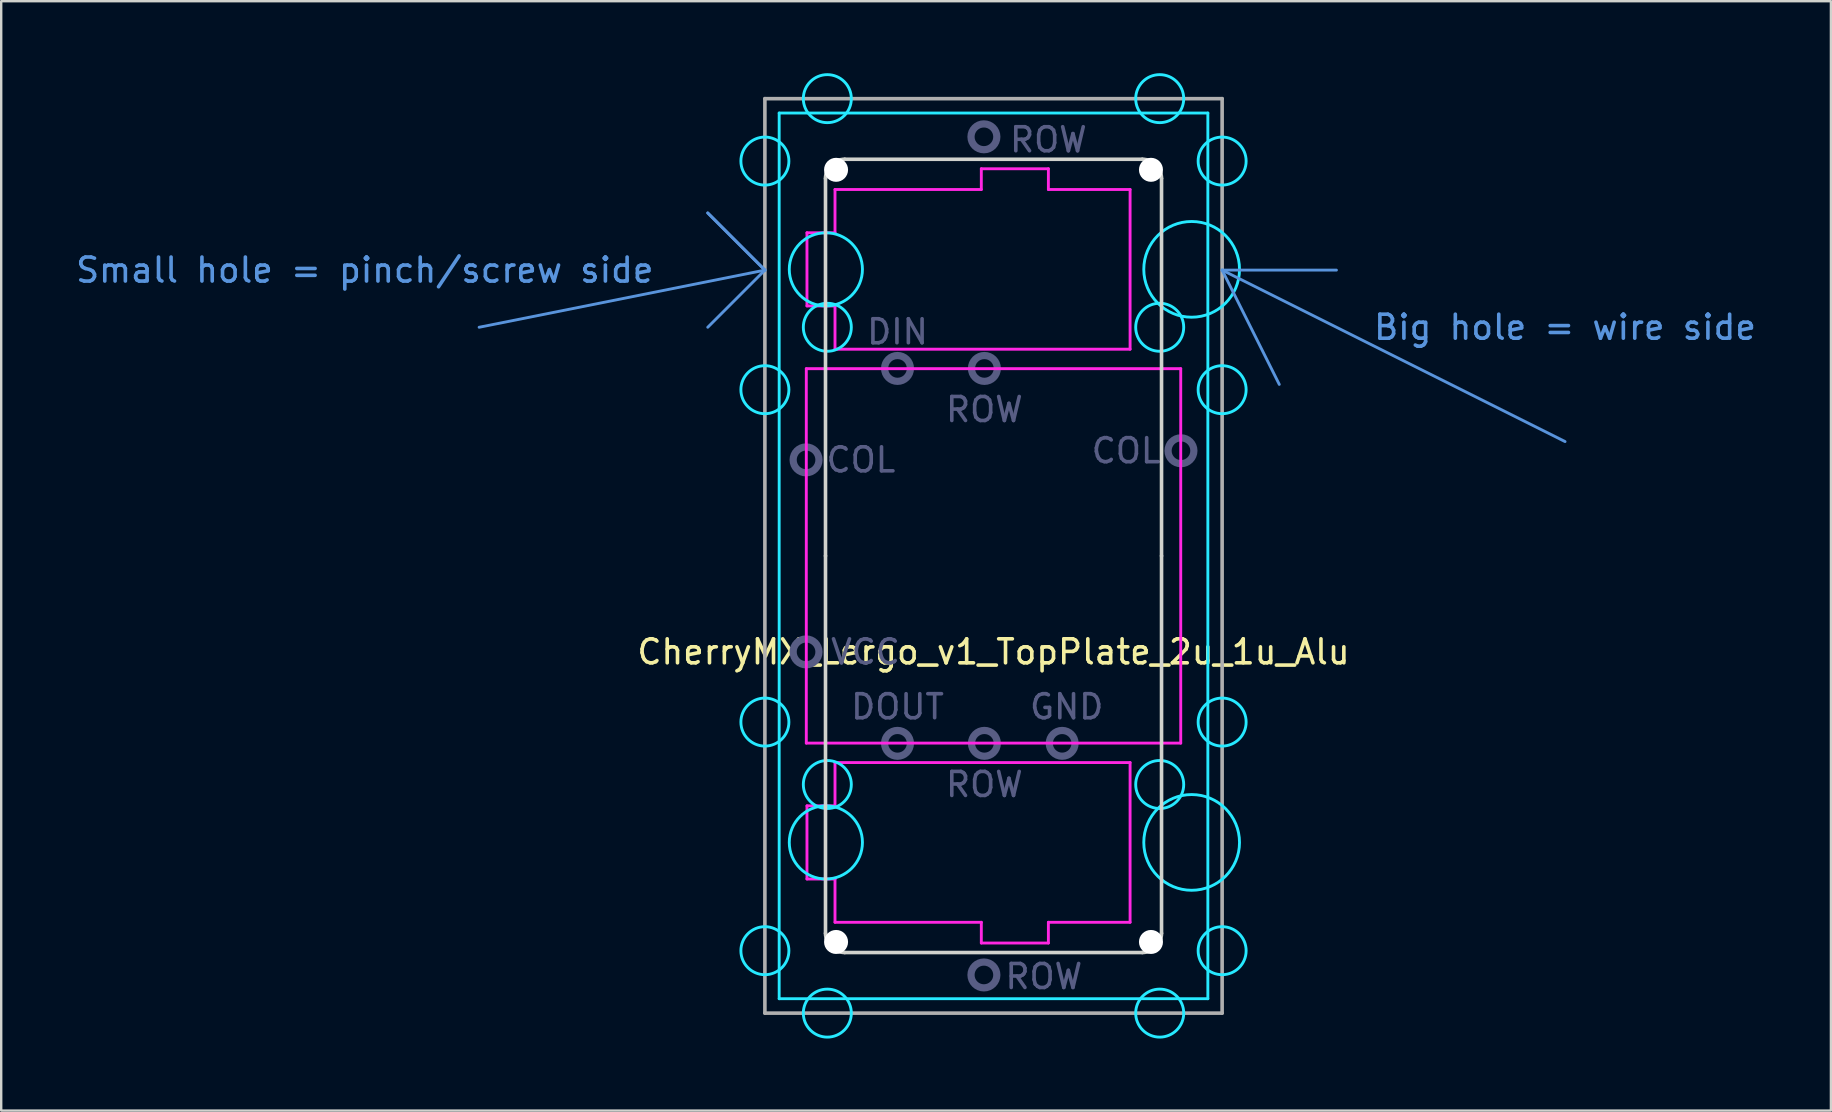
<source format=kicad_pcb>
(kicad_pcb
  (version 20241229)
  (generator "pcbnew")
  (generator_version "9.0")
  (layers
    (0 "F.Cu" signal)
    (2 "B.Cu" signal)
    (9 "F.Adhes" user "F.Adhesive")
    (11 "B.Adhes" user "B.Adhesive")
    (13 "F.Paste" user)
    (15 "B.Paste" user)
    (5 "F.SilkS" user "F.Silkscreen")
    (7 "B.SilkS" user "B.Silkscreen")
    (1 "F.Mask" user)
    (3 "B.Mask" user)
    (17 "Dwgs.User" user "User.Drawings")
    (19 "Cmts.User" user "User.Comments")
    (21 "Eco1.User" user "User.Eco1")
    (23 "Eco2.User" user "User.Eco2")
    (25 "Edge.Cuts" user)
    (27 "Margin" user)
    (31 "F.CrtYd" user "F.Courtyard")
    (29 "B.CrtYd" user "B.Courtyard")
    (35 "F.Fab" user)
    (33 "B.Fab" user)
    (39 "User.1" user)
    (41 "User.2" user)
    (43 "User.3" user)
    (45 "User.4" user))
  (footprint "CherryMX_Lergo_v1_TopPlate_2u_1u_Alu"
    (layer "F.Cu")
    (at 38.343 20.11)
    (property "Reference" "CherryMX_Lergo_v1_TopPlate_2u_1u_Alu" (at 0 4 0) (layer "F.SilkS") (effects (font (size 1 1) (thickness 0.15))))
    (attr through_hole)
    (fp_line (start -21.431 -9.525) (end -9.525 -11.906) (stroke (width 0.12) (type solid)) (layer "Cmts.User"))
    (fp_line (start -11.906 -14.287) (end -9.525 -11.906) (stroke (width 0.12) (type solid)) (layer "Cmts.User"))
    (fp_line (start -9.525 -11.906) (end -11.906 -14.287) (stroke (width 0.12) (type solid)) (layer "Cmts.User"))
    (fp_line (start -9.525 -11.906) (end -11.906 -9.525) (stroke (width 0.12) (type solid)) (layer "Cmts.User"))
    (fp_line (start 9.525 -11.906) (end 11.906 -7.144) (stroke (width 0.12) (type solid)) (layer "Cmts.User"))
    (fp_line (start 9.525 -11.906) (end 14.287 -11.906) (stroke (width 0.12) (type solid)) (layer "Cmts.User"))
    (fp_line (start 9.525 -11.906) (end 23.812 -4.763) (stroke (width 0.12) (type solid)) (layer "Cmts.User"))
    (fp_line (start -8.75 -10.44) (end -8.75 -13.44) (stroke (width 0.12) (type solid)) (layer "Eco1.User"))
    (fp_line (start -8.75 10.44) (end -8.75 13.44) (stroke (width 0.12) (type solid)) (layer "Eco1.User"))
    (fp_line (start -7.5 -13.94) (end -8.25 -13.94) (stroke (width 0.12) (type solid)) (layer "Eco1.User"))
    (fp_line (start -7.5 -9.94) (end -8.25 -9.94) (stroke (width 0.12) (type solid)) (layer "Eco1.User"))
    (fp_line (start -7.5 9.94) (end -8.25 9.94) (stroke (width 0.12) (type solid)) (layer "Eco1.User"))
    (fp_line (start -7.5 13.94) (end -8.25 13.94) (stroke (width 0.12) (type solid)) (layer "Eco1.User"))
    (fp_line (start -7 -16.025) (end -7 -14.44) (stroke (width 0.12) (type solid)) (layer "Eco1.User"))
    (fp_line (start -7 -9.44) (end -7 9.44) (stroke (width 0.12) (type solid)) (layer "Eco1.User"))
    (fp_line (start -7 16.025) (end -7 14.44) (stroke (width 0.12) (type solid)) (layer "Eco1.User"))
    (fp_line (start -6.5 16.525) (end 10.25 16.525) (stroke (width 0.12) (type solid)) (layer "Eco1.User"))
    (fp_line (start 7 -2.67) (end 7 -16.38) (stroke (width 0.12) (type solid)) (layer "Eco1.User"))
    (fp_line (start 7 6.855) (end 7 -6.855) (stroke (width 0.12) (type solid)) (layer "Eco1.User"))
    (fp_line (start 7 16.38) (end 7 2.67) (stroke (width 0.12) (type solid)) (layer "Eco1.User"))
    (fp_line (start 10.25 -16.525) (end -6.5 -16.525) (stroke (width 0.12) (type solid)) (layer "Eco1.User"))
    (fp_line (start 10.25 -7.355) (end 7.5 -7.355) (stroke (width 0.12) (type solid)) (layer "Eco1.User"))
    (fp_line (start 10.25 7.355) (end 7.5 7.355) (stroke (width 0.12) (type solid)) (layer "Eco1.User"))
    (fp_line (start 10.75 -16.025) (end 10.75 -7.855) (stroke (width 0.12) (type solid)) (layer "Eco1.User"))
    (fp_line (start 10.75 16.025) (end 10.75 7.855) (stroke (width 0.12) (type solid)) (layer "Eco1.User"))
    (fp_arc (start -8.75 -13.44) (mid -8.603553 -13.793553) (end -8.25 -13.94) (stroke (width 0.12) (type solid)) (layer "Eco1.User"))
    (fp_arc (start -8.75 10.44) (mid -8.603553 10.086447) (end -8.25 9.94) (stroke (width 0.12) (type solid)) (layer "Eco1.User"))
    (fp_arc (start -8.25 -9.94) (mid -8.603553 -10.086447) (end -8.75 -10.44) (stroke (width 0.12) (type solid)) (layer "Eco1.User"))
    (fp_arc (start -8.25 13.94) (mid -8.603553 13.793553) (end -8.75 13.44) (stroke (width 0.12) (type solid)) (layer "Eco1.User"))
    (fp_arc (start -7.5 -9.94) (mid -7.146447 -9.793553) (end -7 -9.44) (stroke (width 0.12) (type solid)) (layer "Eco1.User"))
    (fp_arc (start -7.5 13.94) (mid -7.146447 14.086447) (end -7 14.44) (stroke (width 0.12) (type solid)) (layer "Eco1.User"))
    (fp_arc (start -7 -16.025) (mid -6.853553 -16.378553) (end -6.5 -16.525) (stroke (width 0.12) (type solid)) (layer "Eco1.User"))
    (fp_arc (start -7 -14.44) (mid -7.146447 -14.086447) (end -7.5 -13.94) (stroke (width 0.12) (type solid)) (layer "Eco1.User"))
    (fp_arc (start -7 9.44) (mid -7.146447 9.793553) (end -7.5 9.94) (stroke (width 0.12) (type solid)) (layer "Eco1.User"))
    (fp_arc (start -6.5 16.525) (mid -6.853553 16.378553) (end -7 16.025) (stroke (width 0.12) (type solid)) (layer "Eco1.User"))
    (fp_arc (start 7 -6.855) (mid 7.146447 -7.208553) (end 7.5 -7.355) (stroke (width 0.12) (type solid)) (layer "Eco1.User"))
    (fp_arc (start 7.5 7.355) (mid 7.146447 7.208553) (end 7 6.855) (stroke (width 0.12) (type solid)) (layer "Eco1.User"))
    (fp_arc (start 10.25 -16.525) (mid 10.603553 -16.378553) (end 10.75 -16.025) (stroke (width 0.12) (type solid)) (layer "Eco1.User"))
    (fp_arc (start 10.25 7.355) (mid 10.603553 7.501447) (end 10.75 7.855) (stroke (width 0.12) (type solid)) (layer "Eco1.User"))
    (fp_arc (start 10.75 -7.855) (mid 10.603553 -7.501447) (end 10.25 -7.355) (stroke (width 0.12) (type solid)) (layer "Eco1.User"))
    (fp_arc (start 10.75 16.025) (mid 10.603553 16.378553) (end 10.25 16.525) (stroke (width 0.12) (type solid)) (layer "Eco1.User"))
    (fp_line (start -7 -15.725) (end -7 0) (stroke (width 0.15) (type solid)) (layer "Edge.Cuts"))
    (fp_line (start -7 0) (end -7 15.725) (stroke (width 0.15) (type solid)) (layer "Edge.Cuts"))
    (fp_line (start -6.2 16.525) (end 6.2 16.525) (stroke (width 0.15) (type solid)) (layer "Edge.Cuts"))
    (fp_line (start 6.2 -16.525) (end -6.2 -16.525) (stroke (width 0.15) (type solid)) (layer "Edge.Cuts"))
    (fp_line (start 7 0) (end 7 -15.725) (stroke (width 0.15) (type solid)) (layer "Edge.Cuts"))
    (fp_line (start 7 15.725) (end 7 0) (stroke (width 0.15) (type solid)) (layer "Edge.Cuts"))
    (fp_arc (start -7 -15.725) (mid -6.765685 -16.290685) (end -6.2 -16.525) (stroke (width 0.15) (type solid)) (layer "Edge.Cuts"))
    (fp_arc (start -6.2 16.525) (mid -6.765685 16.290685) (end -7 15.725) (stroke (width 0.15) (type solid)) (layer "Edge.Cuts"))
    (fp_arc (start 6.2 -16.525) (mid 6.765685 -16.290685) (end 7 -15.725) (stroke (width 0.15) (type solid)) (layer "Edge.Cuts"))
    (fp_arc (start 7 15.725) (mid 6.765685 16.290685) (end 6.2 16.525) (stroke (width 0.15) (type solid)) (layer "Edge.Cuts"))
    (fp_line (start -8.93 -18.45) (end 8.93 -18.45) (stroke (width 0.12) (type solid)) (layer "B.CrtYd"))
    (fp_line (start -8.93 18.45) (end -8.93 -18.45) (stroke (width 0.12) (type solid)) (layer "B.CrtYd"))
    (fp_line (start 8.93 -18.45) (end 8.93 18.45) (stroke (width 0.12) (type solid)) (layer "B.CrtYd"))
    (fp_line (start 8.93 18.45) (end -8.93 18.45) (stroke (width 0.12) (type solid)) (layer "B.CrtYd"))
    (fp_circle (center -9.525 -16.449) (end -8.525 -16.449) (stroke (width 0.12) (type solid)) (fill no) (layer "B.CrtYd"))
    (fp_circle (center -9.525 -6.924) (end -8.525 -6.924) (stroke (width 0.12) (type solid)) (fill no) (layer "B.CrtYd"))
    (fp_circle (center -9.525 6.924) (end -8.525 6.924) (stroke (width 0.12) (type solid)) (fill no) (layer "B.CrtYd"))
    (fp_circle (center -9.525 16.449) (end -10.525 16.449) (stroke (width 0.12) (type solid)) (fill no) (layer "B.CrtYd"))
    (fp_circle (center -6.985 -11.938) (end -5.461 -11.938) (stroke (width 0.12) (type solid)) (fill no) (layer "B.CrtYd"))
    (fp_circle (center -6.985 11.938) (end -5.461 11.938) (stroke (width 0.12) (type solid)) (fill no) (layer "B.CrtYd"))
    (fp_circle (center -6.924 -19.05) (end -5.924 -19.05) (stroke (width 0.12) (type solid)) (fill no) (layer "B.CrtYd"))
    (fp_circle (center -6.924 -9.525) (end -5.924 -9.525) (stroke (width 0.12) (type solid)) (fill no) (layer "B.CrtYd"))
    (fp_circle (center -6.924 9.525) (end -5.924 9.525) (stroke (width 0.12) (type solid)) (fill no) (layer "B.CrtYd"))
    (fp_circle (center -6.924 19.05) (end -5.924 19.05) (stroke (width 0.12) (type solid)) (fill no) (layer "B.CrtYd"))
    (fp_circle (center 6.924 -19.05) (end 7.924 -19.05) (stroke (width 0.12) (type solid)) (fill no) (layer "B.CrtYd"))
    (fp_circle (center 6.924 -9.525) (end 7.924 -9.525) (stroke (width 0.12) (type solid)) (fill no) (layer "B.CrtYd"))
    (fp_circle (center 6.924 9.525) (end 7.924 9.525) (stroke (width 0.12) (type solid)) (fill no) (layer "B.CrtYd"))
    (fp_circle (center 6.924 19.05) (end 7.924 19.05) (stroke (width 0.12) (type solid)) (fill no) (layer "B.CrtYd"))
    (fp_circle (center 8.255 -11.938) (end 10.249 -11.938) (stroke (width 0.12) (type solid)) (fill no) (layer "B.CrtYd"))
    (fp_circle (center 8.255 11.938) (end 10.249 11.938) (stroke (width 0.12) (type solid)) (fill no) (layer "B.CrtYd"))
    (fp_circle (center 9.525 -16.449) (end 10.525 -16.449) (stroke (width 0.12) (type solid)) (fill no) (layer "B.CrtYd"))
    (fp_circle (center 9.525 -6.924) (end 10.525 -6.924) (stroke (width 0.12) (type solid)) (fill no) (layer "B.CrtYd"))
    (fp_circle (center 9.525 6.924) (end 10.525 6.924) (stroke (width 0.12) (type solid)) (fill no) (layer "B.CrtYd"))
    (fp_circle (center 9.525 16.449) (end 8.525 16.449) (stroke (width 0.12) (type solid)) (fill no) (layer "B.CrtYd"))
    (fp_line (start -7.8 -7.8) (end 7.8 -7.8) (stroke (width 0.12) (type solid)) (layer "F.CrtYd"))
    (fp_line (start -7.8 7.8) (end -7.8 -7.8) (stroke (width 0.12) (type solid)) (layer "F.CrtYd"))
    (fp_line (start -7.772 -13.462) (end -6.604 -13.462) (stroke (width 0.12) (type solid)) (layer "F.CrtYd"))
    (fp_line (start -7.772 -10.414) (end -7.772 -13.462) (stroke (width 0.12) (type solid)) (layer "F.CrtYd"))
    (fp_line (start -7.772 -10.414) (end -6.604 -10.414) (stroke (width 0.12) (type solid)) (layer "F.CrtYd"))
    (fp_line (start -7.772 10.414) (end -6.604 10.414) (stroke (width 0.12) (type solid)) (layer "F.CrtYd"))
    (fp_line (start -7.772 13.462) (end -7.772 10.414) (stroke (width 0.12) (type solid)) (layer "F.CrtYd"))
    (fp_line (start -7.772 13.462) (end -6.604 13.462) (stroke (width 0.12) (type solid)) (layer "F.CrtYd"))
    (fp_line (start -6.604 -15.265) (end -6.604 -13.462) (stroke (width 0.12) (type solid)) (layer "F.CrtYd"))
    (fp_line (start -6.604 -15.265) (end -0.508 -15.265) (stroke (width 0.12) (type solid)) (layer "F.CrtYd"))
    (fp_line (start -6.604 -8.611) (end -6.604 -10.414) (stroke (width 0.12) (type solid)) (layer "F.CrtYd"))
    (fp_line (start -6.604 -8.611) (end 5.69 -8.611) (stroke (width 0.12) (type solid)) (layer "F.CrtYd"))
    (fp_line (start -6.604 8.611) (end -6.604 10.414) (stroke (width 0.12) (type solid)) (layer "F.CrtYd"))
    (fp_line (start -6.604 8.611) (end 5.69 8.611) (stroke (width 0.12) (type solid)) (layer "F.CrtYd"))
    (fp_line (start -6.604 15.265) (end -6.604 13.462) (stroke (width 0.12) (type solid)) (layer "F.CrtYd"))
    (fp_line (start -6.604 15.265) (end -0.508 15.265) (stroke (width 0.12) (type solid)) (layer "F.CrtYd"))
    (fp_line (start -0.508 -16.129) (end 2.286 -16.129) (stroke (width 0.12) (type solid)) (layer "F.CrtYd"))
    (fp_line (start -0.508 -15.265) (end -0.508 -16.129) (stroke (width 0.12) (type solid)) (layer "F.CrtYd"))
    (fp_line (start -0.508 15.265) (end -0.508 16.129) (stroke (width 0.12) (type solid)) (layer "F.CrtYd"))
    (fp_line (start 2.286 -15.265) (end 2.286 -16.129) (stroke (width 0.12) (type solid)) (layer "F.CrtYd"))
    (fp_line (start 2.286 -15.265) (end 5.69 -15.265) (stroke (width 0.12) (type solid)) (layer "F.CrtYd"))
    (fp_line (start 2.286 15.265) (end 2.286 16.129) (stroke (width 0.12) (type solid)) (layer "F.CrtYd"))
    (fp_line (start 2.286 15.265) (end 5.69 15.265) (stroke (width 0.12) (type solid)) (layer "F.CrtYd"))
    (fp_line (start 2.286 16.129) (end -0.508 16.129) (stroke (width 0.12) (type solid)) (layer "F.CrtYd"))
    (fp_line (start 5.69 -8.611) (end 5.69 -15.265) (stroke (width 0.12) (type solid)) (layer "F.CrtYd"))
    (fp_line (start 5.69 15.265) (end 5.69 8.611) (stroke (width 0.12) (type solid)) (layer "F.CrtYd"))
    (fp_line (start 7.8 -7.8) (end 7.8 7.8) (stroke (width 0.12) (type solid)) (layer "F.CrtYd"))
    (fp_line (start 7.8 7.8) (end -7.8 7.8) (stroke (width 0.12) (type solid)) (layer "F.CrtYd"))
    (fp_circle (center -7.81 -4) (end -7.272 -4) (stroke (width 0.3) (type solid)) (fill no) (layer "B.Fab"))
    (fp_circle (center -7.81 4) (end -7.272 4) (stroke (width 0.3) (type solid)) (fill no) (layer "B.Fab"))
    (fp_circle (center -4 -7.81) (end -3.462 -7.81) (stroke (width 0.3) (type solid)) (fill no) (layer "B.Fab"))
    (fp_circle (center -4 7.81) (end -3.462 7.81) (stroke (width 0.3) (type solid)) (fill no) (layer "B.Fab"))
    (fp_circle (center -0.4 -17.46) (end 0.138 -17.46) (stroke (width 0.3) (type solid)) (fill no) (layer "B.Fab"))
    (fp_circle (center -0.4 17.46) (end 0.138 17.46) (stroke (width 0.3) (type solid)) (fill no) (layer "B.Fab"))
    (fp_circle (center -0.38 -7.81) (end 0.158 -7.81) (stroke (width 0.3) (type solid)) (fill no) (layer "B.Fab"))
    (fp_circle (center -0.38 7.81) (end 0.158 7.81) (stroke (width 0.3) (type solid)) (fill no) (layer "B.Fab"))
    (fp_circle (center 2.86 7.81) (end 3.397 7.81) (stroke (width 0.3) (type solid)) (fill no) (layer "B.Fab"))
    (fp_circle (center 7.81 -4.38) (end 8.348 -4.38) (stroke (width 0.3) (type solid)) (fill no) (layer "B.Fab"))
    (fp_line (start -9.525 -19.05) (end -9.525 19.05) (stroke (width 0.15) (type solid)) (layer "F.Fab"))
    (fp_line (start -9.525 19.05) (end 9.525 19.05) (stroke (width 0.15) (type solid)) (layer "F.Fab"))
    (fp_line (start 9.525 -19.05) (end -9.525 -19.05) (stroke (width 0.15) (type solid)) (layer "F.Fab"))
    (fp_line (start 9.525 19.05) (end 9.525 -19.05) (stroke (width 0.15) (type solid)) (layer "F.Fab"))
    (fp_text user "Small hole = pinch/screw side" (at -26.194 -11.906 0) (layer "Cmts.User") (effects (font (size 1 1) (thickness 0.15))))
    (fp_text user "Big hole = wire side" (at 23.812 -9.525 0) (layer "Cmts.User") (effects (font (size 1 1) (thickness 0.15))))
    (fp_text user "VCC" (at -5.334 4 0) (layer "B.Fab") (effects (font (size 1 1) (thickness 0.15))))
    (fp_text user "ROW" (at 2.286 -17.335 0) (layer "B.Fab") (effects (font (size 1 1) (thickness 0.15))))
    (fp_text user "GND" (at 3.048 6.287 0) (layer "B.Fab") (effects (font (size 1 1) (thickness 0.15))))
    (fp_text user "ROW" (at -0.381 -6.096 0) (layer "B.Fab") (effects (font (size 1 1) (thickness 0.15))))
    (fp_text user "COL" (at -5.524 -4 0) (layer "B.Fab") (effects (font (size 1 1) (thickness 0.15))))
    (fp_text user "COL" (at 5.524 -4.381 0) (layer "B.Fab") (effects (font (size 1 1) (thickness 0.15))))
    (fp_text user "ROW" (at -0.381 9.525 0) (layer "B.Fab") (effects (font (size 1 1) (thickness 0.15))))
    (fp_text user "DOUT" (at -4 6.287 0) (layer "B.Fab") (effects (font (size 1 1) (thickness 0.15))))
    (fp_text user "ROW" (at 2.095 17.526 0) (layer "B.Fab") (effects (font (size 1 1) (thickness 0.15))))
    (fp_text user "DIN" (at -4 -9.335 0) (layer "B.Fab") (effects (font (size 1 1) (thickness 0.15))))
    (pad "" np_thru_hole circle (at -6.56 -16.085) (size 1 1) (drill 1) (layers "*.Cu"))
    (pad "" np_thru_hole circle (at -6.56 16.085 180) (size 1 1) (drill 1) (layers "*.Cu"))
    (pad "" np_thru_hole circle (at 6.56 -16.085) (size 1 1) (drill 1) (layers "*.Cu"))
    (pad "" np_thru_hole circle (at 6.56 16.085 180) (size 1 1) (drill 1) (layers "*.Cu")))
  (gr_rect
    (start -3 -3)
    (end 73.232 43.22)
    (stroke (width 0.1) (type default))
    (fill no)
    (layer "Edge.Cuts")))
</source>
